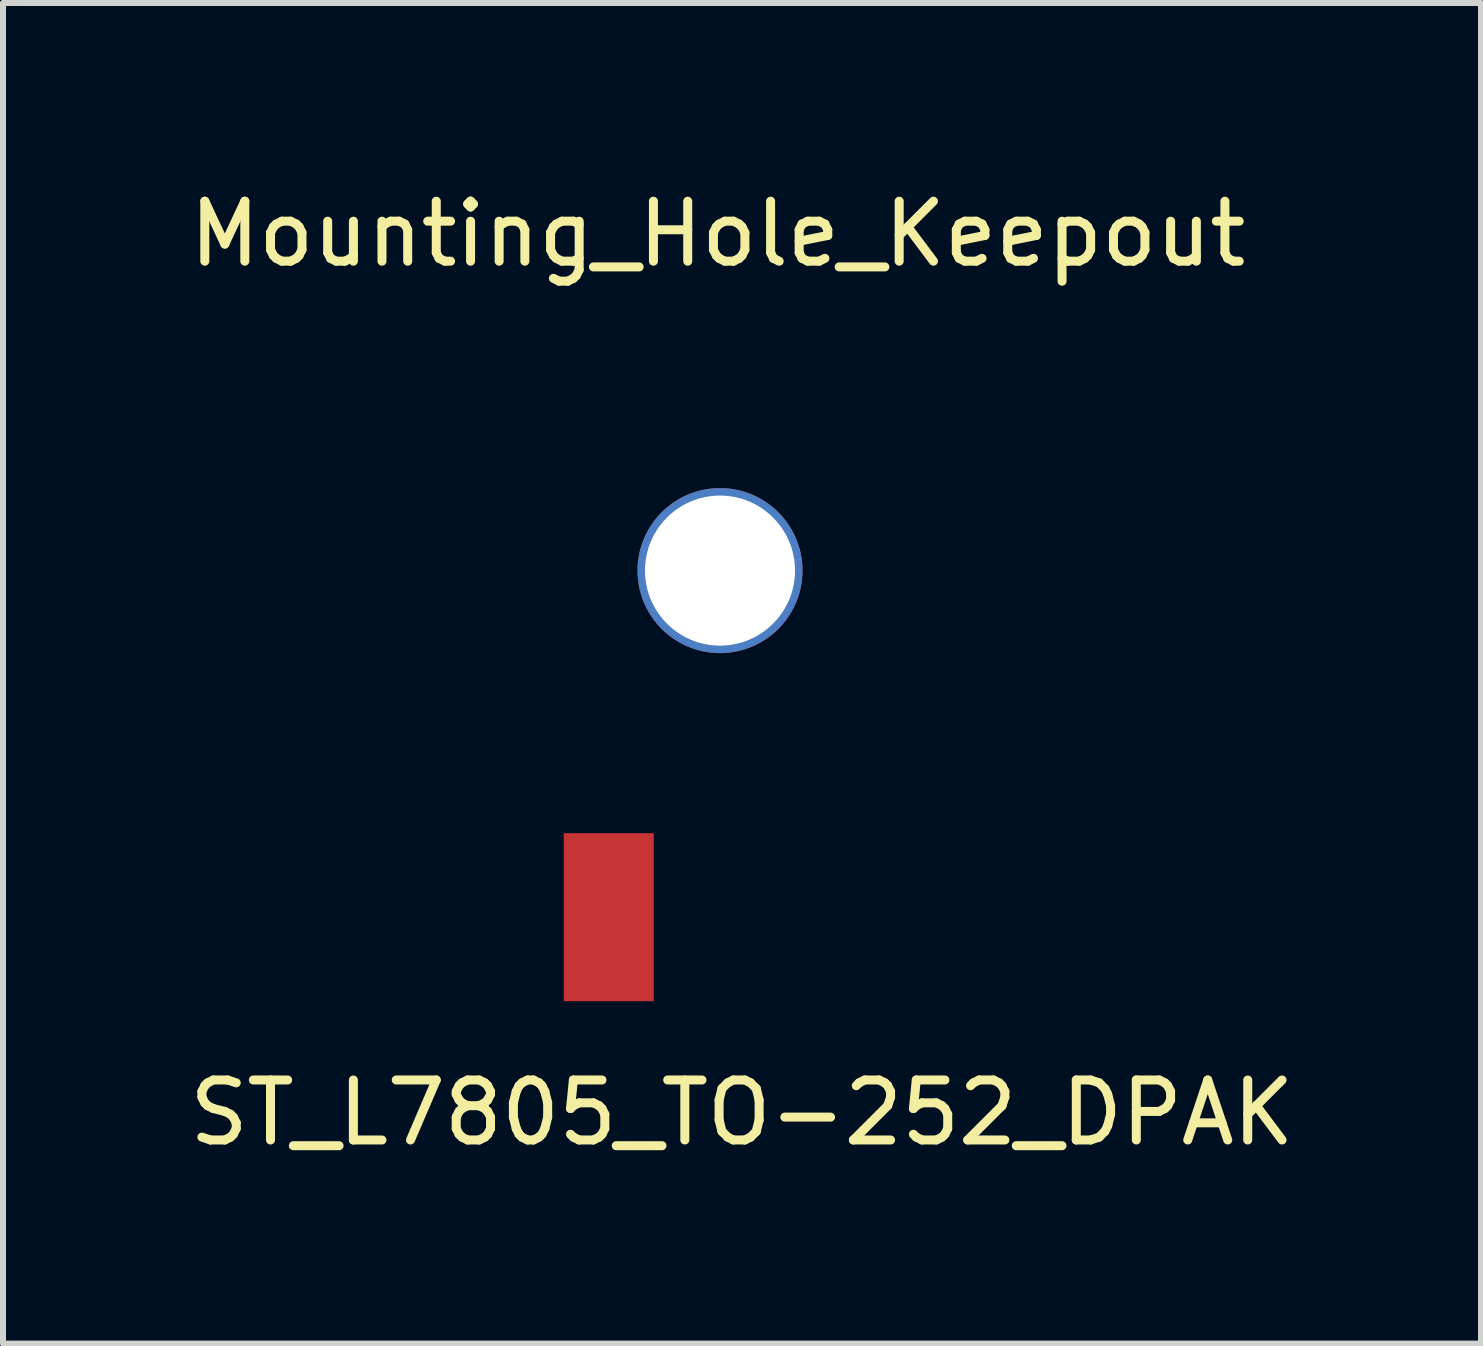
<source format=kicad_pcb>
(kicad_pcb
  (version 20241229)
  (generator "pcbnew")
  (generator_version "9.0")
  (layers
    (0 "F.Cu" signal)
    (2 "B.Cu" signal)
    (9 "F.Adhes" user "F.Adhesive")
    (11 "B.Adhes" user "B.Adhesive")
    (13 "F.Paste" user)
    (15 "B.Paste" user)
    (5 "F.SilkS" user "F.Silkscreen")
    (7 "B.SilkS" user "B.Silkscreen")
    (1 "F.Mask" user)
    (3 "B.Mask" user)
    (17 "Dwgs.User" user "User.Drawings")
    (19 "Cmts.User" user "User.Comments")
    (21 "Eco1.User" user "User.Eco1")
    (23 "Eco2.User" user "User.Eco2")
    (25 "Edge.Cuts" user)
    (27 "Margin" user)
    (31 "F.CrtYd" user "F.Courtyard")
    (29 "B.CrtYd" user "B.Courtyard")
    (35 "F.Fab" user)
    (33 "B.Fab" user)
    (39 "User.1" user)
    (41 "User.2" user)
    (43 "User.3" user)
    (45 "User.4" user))
  (footprint "ST_L7805_TO-252_DPAK"
    (layer "F.Cu")
    (at 9.315 14.993)
    (property "Reference" "ST_L7805_TO-252_DPAK" (at 0 0.5 0) (layer "F.SilkS") (effects (font (size 1 1) (thickness 0.15))))
    (attr smd)
    (pad "1" smd rect (at -2.22 -2.758) (size 1.5 2.8) (layers "F.Cu" "F.Mask" "F.Paste")))
  (footprint "Mounting_Hole_Keepout"
    (layer "F.Cu")
    (at 8.949 6.459)
    (property "Reference" "Mounting_Hole_Keepout" (at -0.038 -5.611 0) (layer "F.SilkS") (effects (font (size 1 1) (thickness 0.15))))
    (attr through_hole)
    (pad "" np_thru_hole circle (at 0 0) (size 2.75 2.75) (drill 2.5) (layers "*.Cu" "*.Mask")))
  (gr_rect
    (start -3 -3)
    (end 21.631 19.341)
    (stroke (width 0.1) (type default))
    (fill no)
    (layer "Edge.Cuts")))
</source>
